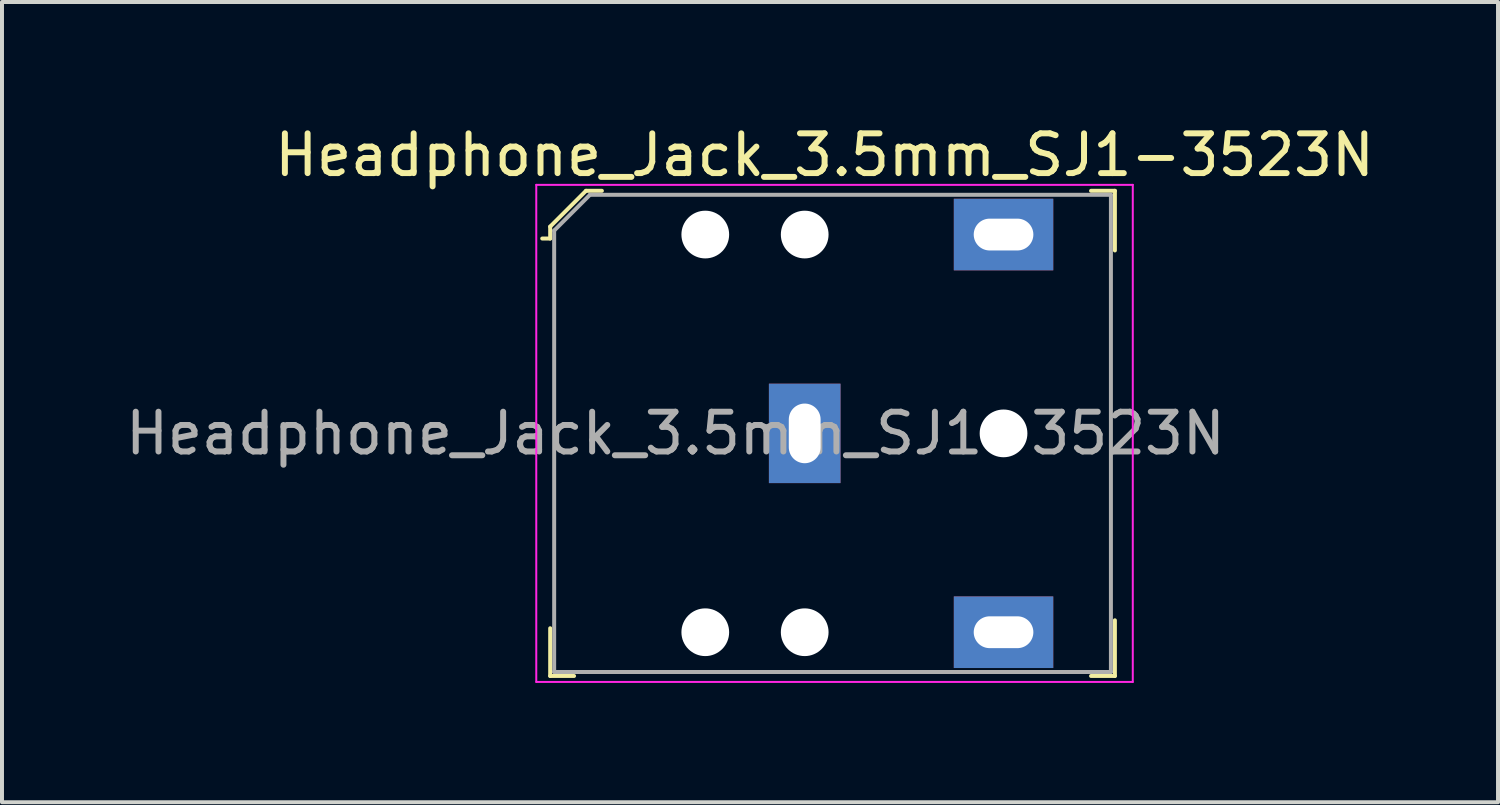
<source format=kicad_pcb>
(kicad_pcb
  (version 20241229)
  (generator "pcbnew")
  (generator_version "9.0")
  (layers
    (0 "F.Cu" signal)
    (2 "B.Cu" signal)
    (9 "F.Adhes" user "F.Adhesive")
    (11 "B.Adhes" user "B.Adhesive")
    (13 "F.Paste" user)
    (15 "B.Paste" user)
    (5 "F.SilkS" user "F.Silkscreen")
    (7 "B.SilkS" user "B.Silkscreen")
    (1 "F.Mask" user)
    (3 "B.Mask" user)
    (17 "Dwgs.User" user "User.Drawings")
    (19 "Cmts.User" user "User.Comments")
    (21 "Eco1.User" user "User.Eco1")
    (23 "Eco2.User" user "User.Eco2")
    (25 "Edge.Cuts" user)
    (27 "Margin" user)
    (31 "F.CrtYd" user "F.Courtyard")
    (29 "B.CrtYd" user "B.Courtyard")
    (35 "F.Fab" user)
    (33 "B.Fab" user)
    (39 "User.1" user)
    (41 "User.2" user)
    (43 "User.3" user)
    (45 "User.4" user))
  (footprint "Headphone_Jack_3.5mm_SJ1-3523N"
    (layer "F.Cu")
    (at 22.185 7.848)
    (property "Reference" "Headphone_Jack_3.5mm_SJ1-3523N" (at -4.5 -7 0) (layer "F.SilkS") (effects (font (size 1 1) (thickness 0.15))))
    (attr through_hole)
    (fp_line (start -11.4 -5.2) (end -11.4 -4.9) (stroke (width 0.1) (type solid)) (layer "F.SilkS"))
    (fp_line (start -11.4 -4.9) (end -11.6 -4.9) (stroke (width 0.1) (type solid)) (layer "F.SilkS"))
    (fp_line (start -11.4 6.1) (end -11.4 4.9) (stroke (width 0.1) (type solid)) (layer "F.SilkS"))
    (fp_line (start -10.8 6.1) (end -11.4 6.1) (stroke (width 0.1) (type solid)) (layer "F.SilkS"))
    (fp_line (start -10.5 -6.1) (end -11.4 -5.2) (stroke (width 0.1) (type solid)) (layer "F.SilkS"))
    (fp_line (start -10.1 -6.1) (end -10.5 -6.1) (stroke (width 0.1) (type solid)) (layer "F.SilkS"))
    (fp_line (start 2.2 -6.1) (end 2.8 -6.1) (stroke (width 0.1) (type solid)) (layer "F.SilkS"))
    (fp_line (start 2.2 6.1) (end 2.8 6.1) (stroke (width 0.1) (type solid)) (layer "F.SilkS"))
    (fp_line (start 2.8 -6.1) (end 2.8 -4.6) (stroke (width 0.1) (type solid)) (layer "F.SilkS"))
    (fp_line (start 2.8 6.1) (end 2.8 4.7) (stroke (width 0.1) (type solid)) (layer "F.SilkS"))
    (fp_line (start -11.75 -6.25) (end -11.75 6.25) (stroke (width 0.05) (type solid)) (layer "F.CrtYd"))
    (fp_line (start -11.75 -6.25) (end 3.25 -6.25) (stroke (width 0.05) (type solid)) (layer "F.CrtYd"))
    (fp_line (start -11.75 6.25) (end 3.25 6.25) (stroke (width 0.05) (type solid)) (layer "F.CrtYd"))
    (fp_line (start 3.25 -6.25) (end 3.25 6.25) (stroke (width 0.05) (type solid)) (layer "F.CrtYd"))
    (fp_line (start -11.3 -5.1) (end -11.3 6) (stroke (width 0.1) (type solid)) (layer "F.Fab"))
    (fp_line (start -11.3 -5.1) (end -10.4 -6) (stroke (width 0.1) (type solid)) (layer "F.Fab"))
    (fp_line (start -11.3 6) (end 2.7 6) (stroke (width 0.1) (type solid)) (layer "F.Fab"))
    (fp_line (start -10.4 -6) (end 2.7 -6) (stroke (width 0.1) (type solid)) (layer "F.Fab"))
    (fp_line (start 2.7 -6) (end 2.7 6) (stroke (width 0.1) (type solid)) (layer "F.Fab"))
    (fp_text user "${REFERENCE}" (at -8.25 0 0) (layer "F.Fab") (effects (font (size 1 1) (thickness 0.15))))
    (pad "" np_thru_hole circle (at -7.5 -5) (size 1.2 1.2) (drill 1.2) (layers "*.Cu" "*.Mask"))
    (pad "" np_thru_hole circle (at -7.5 5) (size 1.2 1.2) (drill 1.2) (layers "*.Cu" "*.Mask"))
    (pad "" np_thru_hole circle (at -5 -5) (size 1.2 1.2) (drill 1.2) (layers "*.Cu" "*.Mask"))
    (pad "" np_thru_hole circle (at -5 5) (size 1.2 1.2) (drill 1.2) (layers "*.Cu" "*.Mask"))
    (pad "" np_thru_hole circle (at 0 0) (size 1.2 1.2) (drill 1.2) (layers "*.Cu" "*.Mask"))
    (pad "1" thru_hole rect (at -5 0) (size 1.8 2.5) (drill oval 0.8 1.5) (layers "*.Cu" "*.Mask"))
    (pad "2" thru_hole rect (at 0 5) (size 2.5 1.8) (drill oval 1.5 0.8) (layers "*.Cu" "*.Mask"))
    (pad "3" thru_hole rect (at 0 -5) (size 2.5 1.8) (drill oval 1.5 0.8) (layers "*.Cu" "*.Mask")))
  (gr_rect
    (start -3 -3)
    (end 34.619 17.123)
    (stroke (width 0.1) (type default))
    (fill no)
    (layer "Edge.Cuts")))
</source>
